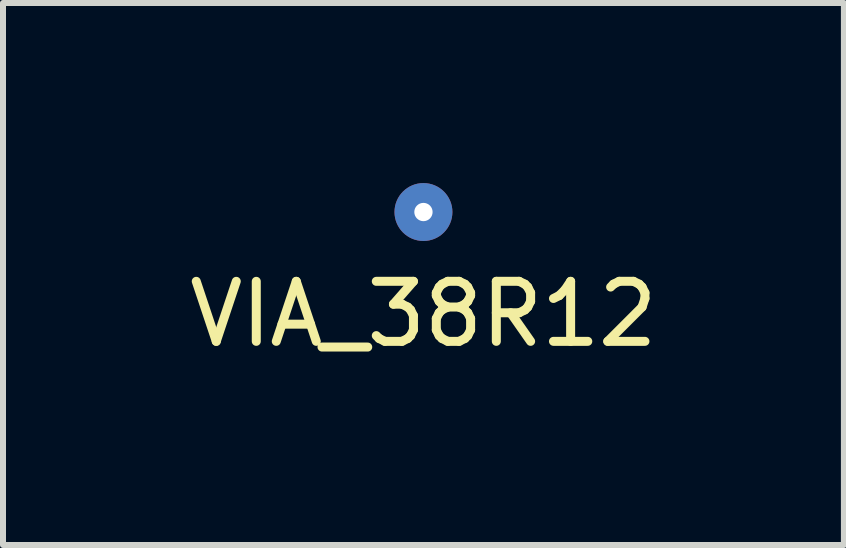
<source format=kicad_pcb>
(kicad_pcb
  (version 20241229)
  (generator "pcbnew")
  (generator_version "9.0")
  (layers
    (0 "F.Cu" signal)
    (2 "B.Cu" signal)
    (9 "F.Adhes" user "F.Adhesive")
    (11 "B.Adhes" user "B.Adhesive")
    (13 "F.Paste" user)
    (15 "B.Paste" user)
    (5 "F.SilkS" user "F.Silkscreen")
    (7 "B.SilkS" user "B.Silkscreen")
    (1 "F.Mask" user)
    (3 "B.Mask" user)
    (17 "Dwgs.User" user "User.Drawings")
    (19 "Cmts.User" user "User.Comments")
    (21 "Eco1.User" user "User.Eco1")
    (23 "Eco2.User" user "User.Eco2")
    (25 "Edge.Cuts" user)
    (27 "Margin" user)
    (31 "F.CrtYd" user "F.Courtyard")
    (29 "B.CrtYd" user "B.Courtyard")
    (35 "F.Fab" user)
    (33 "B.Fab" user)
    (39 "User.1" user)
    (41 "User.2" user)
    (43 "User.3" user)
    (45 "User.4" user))
  (footprint "VIA_38R12"
    (layer "F.Cu")
    (at 4.006 0.483)
    (property "Reference" "VIA_38R12" (at 0 1.7 0) (layer "F.SilkS") (effects (font (size 1 1) (thickness 0.15))))
    (attr through_hole)
    (pad "1" thru_hole circle (at 0 0) (size 0.965 0.965) (drill 0.305) (layers "*.Cu")))
  (gr_rect
    (start -3 -3)
    (end 11.012 6.031)
    (stroke (width 0.1) (type default))
    (fill no)
    (layer "Edge.Cuts")))
</source>
